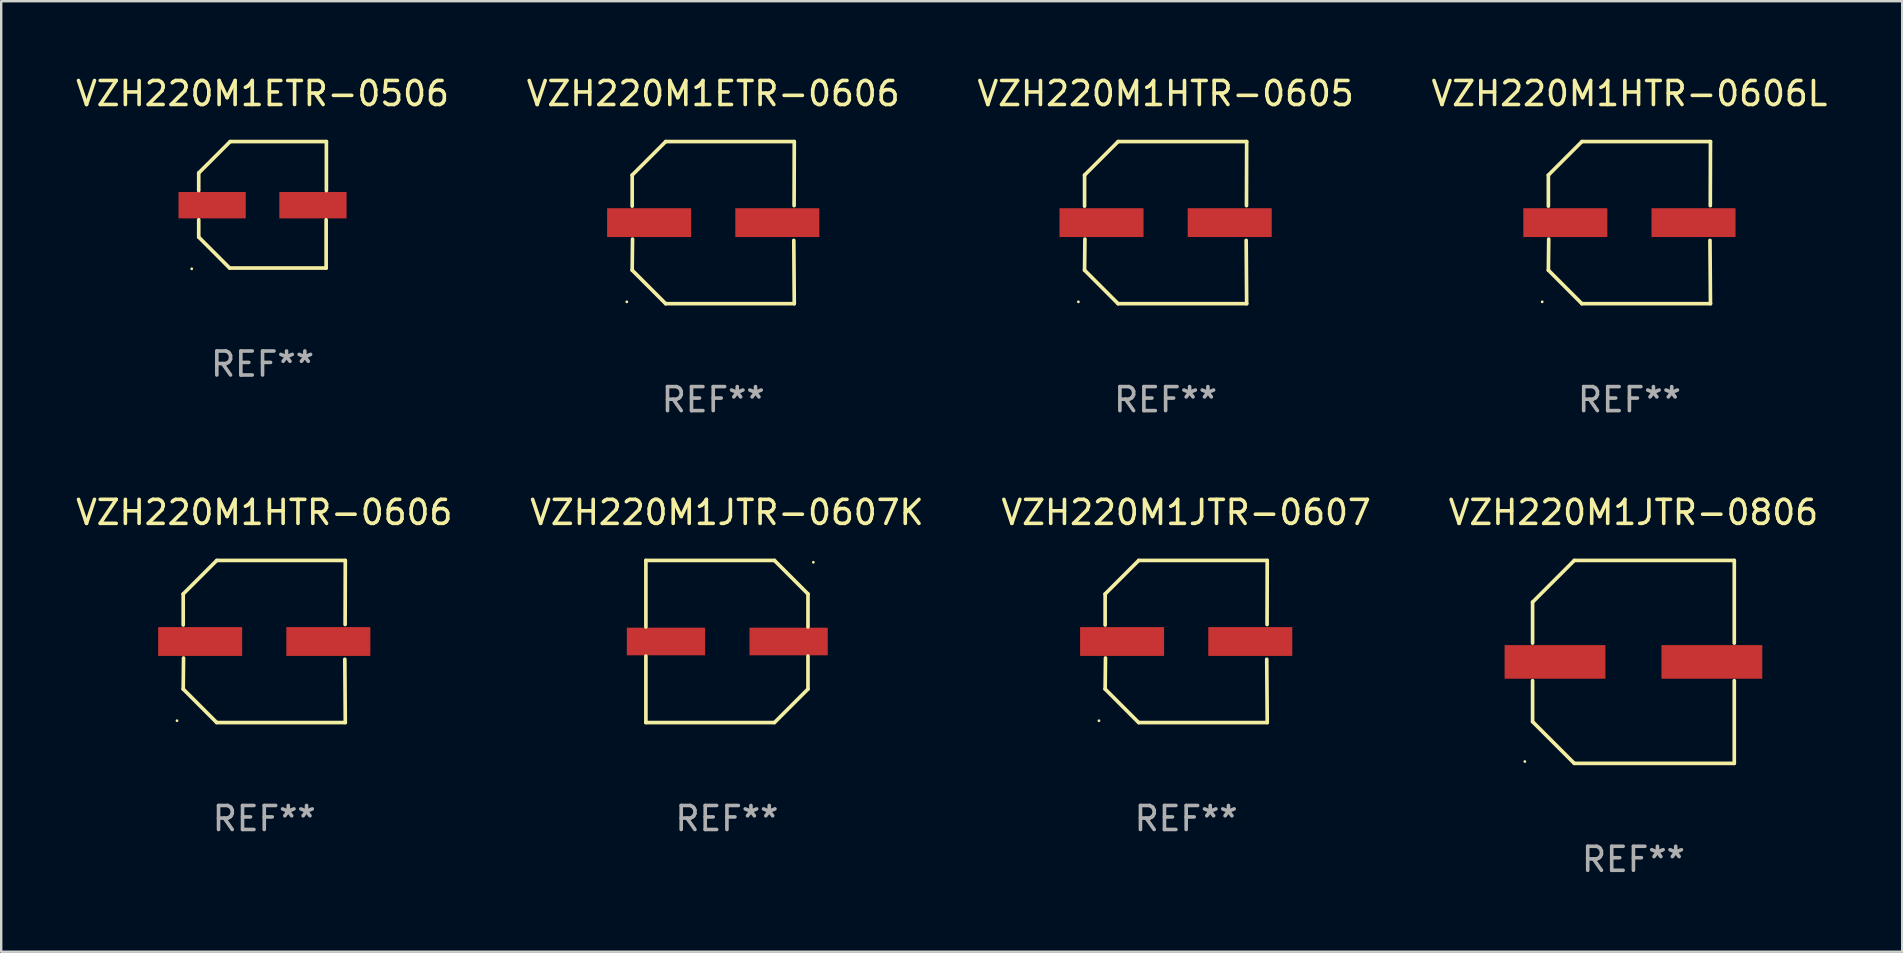
<source format=kicad_pcb>
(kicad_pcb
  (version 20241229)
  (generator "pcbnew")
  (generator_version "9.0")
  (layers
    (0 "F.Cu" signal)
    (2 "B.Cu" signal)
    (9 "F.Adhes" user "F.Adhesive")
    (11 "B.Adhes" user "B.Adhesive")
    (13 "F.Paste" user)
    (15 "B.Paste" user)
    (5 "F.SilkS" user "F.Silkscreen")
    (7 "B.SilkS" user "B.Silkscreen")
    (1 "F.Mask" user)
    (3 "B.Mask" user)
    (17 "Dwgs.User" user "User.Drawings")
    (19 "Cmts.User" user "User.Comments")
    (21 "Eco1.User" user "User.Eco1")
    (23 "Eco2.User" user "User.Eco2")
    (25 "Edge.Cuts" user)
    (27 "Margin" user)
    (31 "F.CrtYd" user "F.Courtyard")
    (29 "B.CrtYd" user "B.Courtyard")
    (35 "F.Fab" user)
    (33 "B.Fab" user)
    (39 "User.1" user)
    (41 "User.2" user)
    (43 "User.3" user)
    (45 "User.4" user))
  (footprint "VZH220M1JTR-0607"
    (layer "F.Cu")
    (at 46.363 23.673)
    (property "Reference" "VZH220M1JTR-0607" (at 0 -5.376 0) (layer "F.SilkS") (effects (font (size 1 1) (thickness 0.15))))
    (attr through_hole)
    (fp_line (start -3.376 -1.98) (end -3.376 -0.686) (stroke (width 0.152) (type solid)) (layer "F.SilkS"))
    (fp_line (start -3.376 1.981) (end -3.362 0.686) (stroke (width 0.152) (type solid)) (layer "F.SilkS"))
    (fp_line (start -1.981 3.376) (end -3.376 1.981) (stroke (width 0.152) (type solid)) (layer "F.SilkS"))
    (fp_line (start -1.98 -3.376) (end -3.376 -1.98) (stroke (width 0.152) (type solid)) (layer "F.SilkS"))
    (fp_line (start 3.356 0.74) (end 3.376 3.376) (stroke (width 0.152) (type solid)) (layer "F.SilkS"))
    (fp_line (start 3.369 -0.707) (end 3.376 -3.376) (stroke (width 0.152) (type solid)) (layer "F.SilkS"))
    (fp_line (start 3.376 3.376) (end -1.981 3.376) (stroke (width 0.152) (type solid)) (layer "F.SilkS"))
    (fp_line (start 3.376 -3.376) (end -1.98 -3.376) (stroke (width 0.152) (type solid)) (layer "F.SilkS"))
    (fp_circle (center -3.634 3.3) (end -3.604 3.3) (stroke (width 0.06) (type solid)) (fill no) (layer "F.SilkS"))
    (fp_text user "REF**" (at 0 7.376 0) (layer "F.Fab") (effects (font (size 1 1) (thickness 0.15))))
    (pad "1" smd rect (at -2.67 0.000254) (size 3.5 1.2) (layers "F.Cu" "F.Mask" "F.Paste"))
    (pad "2" smd rect (at 2.67 0.000254) (size 3.5 1.2) (layers "F.Cu" "F.Mask" "F.Paste")))
  (footprint "VZH220M1ETR-0506"
    (layer "F.Cu")
    (at 7.887 5.482)
    (property "Reference" "VZH220M1ETR-0506" (at 0 -4.634 0) (layer "F.SilkS") (effects (font (size 1 1) (thickness 0.15))))
    (attr through_hole)
    (fp_line (start -2.659 -1.326) (end -2.659 -0.592) (stroke (width 0.152) (type solid)) (layer "F.SilkS"))
    (fp_line (start -2.659 1.346) (end -2.659 0.622) (stroke (width 0.152) (type solid)) (layer "F.SilkS"))
    (fp_line (start -1.372 2.634) (end -2.659 1.346) (stroke (width 0.152) (type solid)) (layer "F.SilkS"))
    (fp_line (start -1.349 -2.634) (end -2.659 -1.326) (stroke (width 0.152) (type solid)) (layer "F.SilkS"))
    (fp_line (start 2.649 0.622) (end 2.649 2.634) (stroke (width 0.152) (type solid)) (layer "F.SilkS"))
    (fp_line (start 2.649 2.634) (end -1.372 2.634) (stroke (width 0.152) (type solid)) (layer "F.SilkS"))
    (fp_line (start 2.659 -2.634) (end -1.349 -2.634) (stroke (width 0.152) (type solid)) (layer "F.SilkS"))
    (fp_line (start 2.659 -0.592) (end 2.659 -2.634) (stroke (width 0.152) (type solid)) (layer "F.SilkS"))
    (fp_circle (center -2.95 2.665) (end -2.92 2.665) (stroke (width 0.06) (type solid)) (fill no) (layer "F.SilkS"))
    (fp_text user "REF**" (at 0 6.634 0) (layer "F.Fab") (effects (font (size 1 1) (thickness 0.15))))
    (pad "1" smd rect (at -2.1 0.015) (size 2.8 1.1) (layers "F.Cu" "F.Mask" "F.Paste"))
    (pad "2" smd rect (at 2.1 0.015) (size 2.8 1.1) (layers "F.Cu" "F.Mask" "F.Paste")))
  (footprint "VZH220M1HTR-0606L"
    (layer "F.Cu")
    (at 64.827 6.224)
    (property "Reference" "VZH220M1HTR-0606L" (at 0 -5.376 0) (layer "F.SilkS") (effects (font (size 1 1) (thickness 0.15))))
    (attr through_hole)
    (fp_line (start -3.376 -1.98) (end -3.376 -0.686) (stroke (width 0.152) (type solid)) (layer "F.SilkS"))
    (fp_line (start -3.376 1.981) (end -3.362 0.686) (stroke (width 0.152) (type solid)) (layer "F.SilkS"))
    (fp_line (start -1.981 3.376) (end -3.376 1.981) (stroke (width 0.152) (type solid)) (layer "F.SilkS"))
    (fp_line (start -1.98 -3.376) (end -3.376 -1.98) (stroke (width 0.152) (type solid)) (layer "F.SilkS"))
    (fp_line (start 3.356 0.74) (end 3.376 3.376) (stroke (width 0.152) (type solid)) (layer "F.SilkS"))
    (fp_line (start 3.369 -0.707) (end 3.376 -3.376) (stroke (width 0.152) (type solid)) (layer "F.SilkS"))
    (fp_line (start 3.376 3.376) (end -1.981 3.376) (stroke (width 0.152) (type solid)) (layer "F.SilkS"))
    (fp_line (start 3.376 -3.376) (end -1.98 -3.376) (stroke (width 0.152) (type solid)) (layer "F.SilkS"))
    (fp_circle (center -3.634 3.3) (end -3.604 3.3) (stroke (width 0.06) (type solid)) (fill no) (layer "F.SilkS"))
    (fp_text user "REF**" (at 0 7.376 0) (layer "F.Fab") (effects (font (size 1 1) (thickness 0.15))))
    (pad "1" smd rect (at -2.67 0.000254) (size 3.5 1.2) (layers "F.Cu" "F.Mask" "F.Paste"))
    (pad "2" smd rect (at 2.67 0.000254) (size 3.5 1.2) (layers "F.Cu" "F.Mask" "F.Paste")))
  (footprint "VZH220M1JTR-0806"
    (layer "F.Cu")
    (at 64.994 24.523)
    (property "Reference" "VZH220M1JTR-0806" (at 0 -6.226 0) (layer "F.SilkS") (effects (font (size 1 1) (thickness 0.15))))
    (attr through_hole)
    (fp_line (start -4.201 -2.49) (end -4.201 -0.782) (stroke (width 0.152) (type solid)) (layer "F.SilkS"))
    (fp_line (start -4.201 2.49) (end -4.201 0.782) (stroke (width 0.152) (type solid)) (layer "F.SilkS"))
    (fp_line (start -2.465 -4.226) (end -4.201 -2.49) (stroke (width 0.152) (type solid)) (layer "F.SilkS"))
    (fp_line (start -2.465 4.226) (end -4.201 2.49) (stroke (width 0.152) (type solid)) (layer "F.SilkS"))
    (fp_line (start 4.201 -4.226) (end -2.465 -4.226) (stroke (width 0.152) (type solid)) (layer "F.SilkS"))
    (fp_line (start 4.201 -0.782) (end 4.201 -4.226) (stroke (width 0.152) (type solid)) (layer "F.SilkS"))
    (fp_line (start 4.201 0.782) (end 4.201 4.226) (stroke (width 0.152) (type solid)) (layer "F.SilkS"))
    (fp_line (start 4.201 4.226) (end -2.465 4.226) (stroke (width 0.152) (type solid)) (layer "F.SilkS"))
    (fp_circle (center -4.524 4.15) (end -4.494 4.15) (stroke (width 0.06) (type solid)) (fill no) (layer "F.SilkS"))
    (fp_text user "REF**" (at 0 8.226 0) (layer "F.Fab") (effects (font (size 1 1) (thickness 0.15))))
    (pad "1" smd rect (at -3.267 0) (size 4.2 1.4) (layers "F.Cu" "F.Mask" "F.Paste"))
    (pad "2" smd rect (at 3.267 0) (size 4.2 1.4) (layers "F.Cu" "F.Mask" "F.Paste")))
  (footprint "VZH220M1ETR-0606"
    (layer "F.Cu")
    (at 26.661 6.224)
    (property "Reference" "VZH220M1ETR-0606" (at 0 -5.376 0) (layer "F.SilkS") (effects (font (size 1 1) (thickness 0.15))))
    (attr through_hole)
    (fp_line (start -3.376 -1.98) (end -3.376 -0.686) (stroke (width 0.152) (type solid)) (layer "F.SilkS"))
    (fp_line (start -3.376 1.981) (end -3.362 0.686) (stroke (width 0.152) (type solid)) (layer "F.SilkS"))
    (fp_line (start -1.981 3.376) (end -3.376 1.981) (stroke (width 0.152) (type solid)) (layer "F.SilkS"))
    (fp_line (start -1.98 -3.376) (end -3.376 -1.98) (stroke (width 0.152) (type solid)) (layer "F.SilkS"))
    (fp_line (start 3.356 0.74) (end 3.376 3.376) (stroke (width 0.152) (type solid)) (layer "F.SilkS"))
    (fp_line (start 3.369 -0.707) (end 3.376 -3.376) (stroke (width 0.152) (type solid)) (layer "F.SilkS"))
    (fp_line (start 3.376 3.376) (end -1.981 3.376) (stroke (width 0.152) (type solid)) (layer "F.SilkS"))
    (fp_line (start 3.376 -3.376) (end -1.98 -3.376) (stroke (width 0.152) (type solid)) (layer "F.SilkS"))
    (fp_circle (center -3.6 3.3) (end -3.57 3.3) (stroke (width 0.06) (type solid)) (fill no) (layer "F.SilkS"))
    (fp_text user "REF**" (at 0 7.376 0) (layer "F.Fab") (effects (font (size 1 1) (thickness 0.15))))
    (pad "1" smd rect (at -2.67 0.000381) (size 3.5 1.2) (layers "F.Cu" "F.Mask" "F.Paste"))
    (pad "2" smd rect (at 2.67 0.000381) (size 3.5 1.2) (layers "F.Cu" "F.Mask" "F.Paste")))
  (footprint "VZH220M1HTR-0605"
    (layer "F.Cu")
    (at 45.506 6.224)
    (property "Reference" "VZH220M1HTR-0605" (at 0 -5.376 0) (layer "F.SilkS") (effects (font (size 1 1) (thickness 0.15))))
    (attr through_hole)
    (fp_line (start -3.376 -1.98) (end -3.376 -0.686) (stroke (width 0.152) (type solid)) (layer "F.SilkS"))
    (fp_line (start -3.376 1.981) (end -3.362 0.686) (stroke (width 0.152) (type solid)) (layer "F.SilkS"))
    (fp_line (start -1.981 3.376) (end -3.376 1.981) (stroke (width 0.152) (type solid)) (layer "F.SilkS"))
    (fp_line (start -1.98 -3.376) (end -3.376 -1.98) (stroke (width 0.152) (type solid)) (layer "F.SilkS"))
    (fp_line (start 3.356 0.74) (end 3.376 3.376) (stroke (width 0.152) (type solid)) (layer "F.SilkS"))
    (fp_line (start 3.369 -0.707) (end 3.376 -3.376) (stroke (width 0.152) (type solid)) (layer "F.SilkS"))
    (fp_line (start 3.376 3.376) (end -1.981 3.376) (stroke (width 0.152) (type solid)) (layer "F.SilkS"))
    (fp_line (start 3.376 -3.376) (end -1.98 -3.376) (stroke (width 0.152) (type solid)) (layer "F.SilkS"))
    (fp_circle (center -3.634 3.3) (end -3.604 3.3) (stroke (width 0.06) (type solid)) (fill no) (layer "F.SilkS"))
    (fp_text user "REF**" (at 0 7.376 0) (layer "F.Fab") (effects (font (size 1 1) (thickness 0.15))))
    (pad "1" smd rect (at -2.67 0.000254) (size 3.5 1.2) (layers "F.Cu" "F.Mask" "F.Paste"))
    (pad "2" smd rect (at 2.67 0.000254) (size 3.5 1.2) (layers "F.Cu" "F.Mask" "F.Paste")))
  (footprint "VZH220M1JTR-0607K"
    (layer "F.Cu")
    (at 27.232 23.673)
    (property "Reference" "VZH220M1JTR-0607K" (at 0 -5.376 0) (layer "F.SilkS") (effects (font (size 1 1) (thickness 0.15))))
    (attr through_hole)
    (fp_line (start -3.376 -3.376) (end 1.98 -3.376) (stroke (width 0.152) (type solid)) (layer "F.SilkS"))
    (fp_line (start -3.376 -0.607) (end -3.376 -3.376) (stroke (width 0.152) (type solid)) (layer "F.SilkS"))
    (fp_line (start -3.376 0.607) (end -3.376 3.376) (stroke (width 0.152) (type solid)) (layer "F.SilkS"))
    (fp_line (start -3.376 3.376) (end 1.98 3.376) (stroke (width 0.152) (type solid)) (layer "F.SilkS"))
    (fp_line (start 1.98 -3.376) (end 3.376 -1.98) (stroke (width 0.152) (type solid)) (layer "F.SilkS"))
    (fp_line (start 1.98 3.376) (end 3.376 1.98) (stroke (width 0.152) (type solid)) (layer "F.SilkS"))
    (fp_line (start 3.376 -1.98) (end 3.376 -0.607) (stroke (width 0.152) (type solid)) (layer "F.SilkS"))
    (fp_line (start 3.376 1.98) (end 3.376 0.607) (stroke (width 0.152) (type solid)) (layer "F.SilkS"))
    (fp_circle (center 3.6 -3.3) (end 3.63 -3.3) (stroke (width 0.06) (type solid)) (fill no) (layer "F.SilkS"))
    (fp_text user "REF**" (at 0 7.376 0) (layer "F.Fab") (effects (font (size 1 1) (thickness 0.15))))
    (pad "1" smd rect (at 2.57 0 180) (size 3.26 1.15) (layers "F.Cu" "F.Mask" "F.Paste"))
    (pad "2" smd rect (at -2.54 0 180) (size 3.26 1.15) (layers "F.Cu" "F.Mask" "F.Paste")))
  (footprint "VZH220M1HTR-0606"
    (layer "F.Cu")
    (at 7.958 23.673)
    (property "Reference" "VZH220M1HTR-0606" (at 0 -5.376 0) (layer "F.SilkS") (effects (font (size 1 1) (thickness 0.15))))
    (attr through_hole)
    (fp_line (start -3.376 -1.98) (end -3.376 -0.686) (stroke (width 0.152) (type solid)) (layer "F.SilkS"))
    (fp_line (start -3.376 1.981) (end -3.362 0.686) (stroke (width 0.152) (type solid)) (layer "F.SilkS"))
    (fp_line (start -1.981 3.376) (end -3.376 1.981) (stroke (width 0.152) (type solid)) (layer "F.SilkS"))
    (fp_line (start -1.98 -3.376) (end -3.376 -1.98) (stroke (width 0.152) (type solid)) (layer "F.SilkS"))
    (fp_line (start 3.356 0.74) (end 3.376 3.376) (stroke (width 0.152) (type solid)) (layer "F.SilkS"))
    (fp_line (start 3.369 -0.707) (end 3.376 -3.376) (stroke (width 0.152) (type solid)) (layer "F.SilkS"))
    (fp_line (start 3.376 3.376) (end -1.981 3.376) (stroke (width 0.152) (type solid)) (layer "F.SilkS"))
    (fp_line (start 3.376 -3.376) (end -1.98 -3.376) (stroke (width 0.152) (type solid)) (layer "F.SilkS"))
    (fp_circle (center -3.634 3.3) (end -3.604 3.3) (stroke (width 0.06) (type solid)) (fill no) (layer "F.SilkS"))
    (fp_text user "REF**" (at 0 7.376 0) (layer "F.Fab") (effects (font (size 1 1) (thickness 0.15))))
    (pad "1" smd rect (at -2.67 0.000254) (size 3.5 1.2) (layers "F.Cu" "F.Mask" "F.Paste"))
    (pad "2" smd rect (at 2.67 0.000254) (size 3.5 1.2) (layers "F.Cu" "F.Mask" "F.Paste")))
  (gr_rect
    (start -3 -3)
    (end 76.19 36.597)
    (stroke (width 0.1) (type default))
    (fill no)
    (layer "Edge.Cuts")))
</source>
